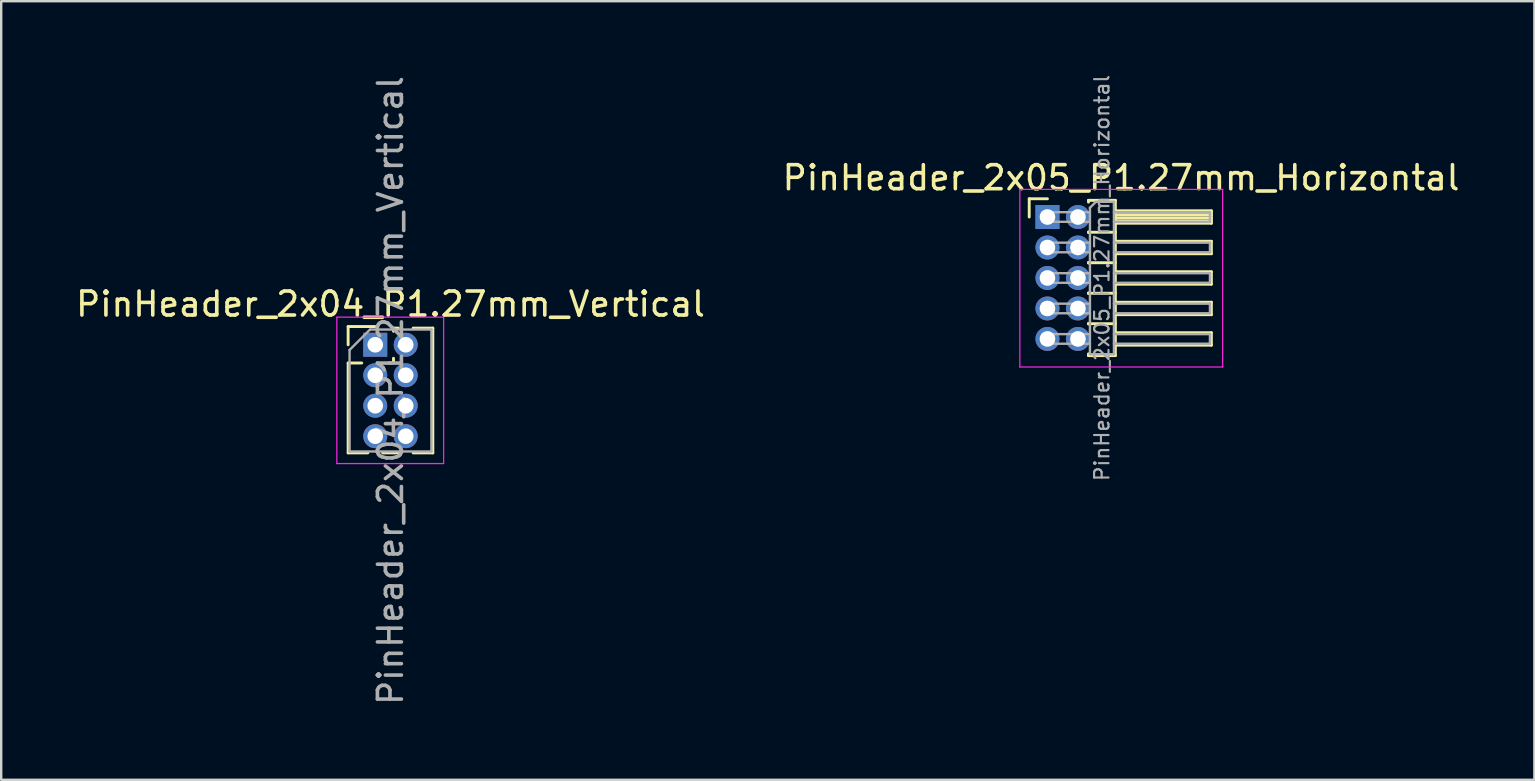
<source format=kicad_pcb>
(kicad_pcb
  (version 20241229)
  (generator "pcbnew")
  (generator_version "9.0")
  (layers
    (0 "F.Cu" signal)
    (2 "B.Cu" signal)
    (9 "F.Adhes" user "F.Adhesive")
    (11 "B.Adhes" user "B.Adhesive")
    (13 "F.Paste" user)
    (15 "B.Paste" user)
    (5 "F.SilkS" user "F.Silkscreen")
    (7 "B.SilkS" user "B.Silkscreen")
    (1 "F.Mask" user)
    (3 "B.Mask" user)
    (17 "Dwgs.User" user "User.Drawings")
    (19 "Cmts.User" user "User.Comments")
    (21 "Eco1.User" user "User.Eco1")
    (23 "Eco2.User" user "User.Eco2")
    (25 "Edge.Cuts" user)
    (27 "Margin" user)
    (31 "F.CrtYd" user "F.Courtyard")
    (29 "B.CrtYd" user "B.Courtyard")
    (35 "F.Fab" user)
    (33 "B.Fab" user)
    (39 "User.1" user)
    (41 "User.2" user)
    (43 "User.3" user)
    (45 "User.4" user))
  (footprint "PinHeader_2x05_P1.27mm_Horizontal"
    (layer "F.Cu")
    (at 40.593 5.992)
    (property "Reference" "PinHeader_2x05_P1.27mm_Horizontal" (at 3.067 -1.635 0) (layer "F.SilkS") (effects (font (size 1 1) (thickness 0.15))))
    (attr through_hole)
    (fp_line (start -0.76 -0.76) (end 0 -0.76) (stroke (width 0.12) (type solid)) (layer "F.SilkS"))
    (fp_line (start -0.76 0) (end -0.76 -0.76) (stroke (width 0.12) (type solid)) (layer "F.SilkS"))
    (fp_line (start 1.71 -0.695) (end 2.83 -0.695) (stroke (width 0.12) (type solid)) (layer "F.SilkS"))
    (fp_line (start 1.71 -0.62) (end 1.71 -0.695) (stroke (width 0.12) (type solid)) (layer "F.SilkS"))
    (fp_line (start 1.71 0.62) (end 1.71 0.65) (stroke (width 0.12) (type solid)) (layer "F.SilkS"))
    (fp_line (start 1.71 0.635) (end 2.83 0.635) (stroke (width 0.12) (type solid)) (layer "F.SilkS"))
    (fp_line (start 1.71 1.89) (end 1.71 1.92) (stroke (width 0.12) (type solid)) (layer "F.SilkS"))
    (fp_line (start 1.71 1.905) (end 2.83 1.905) (stroke (width 0.12) (type solid)) (layer "F.SilkS"))
    (fp_line (start 1.71 3.16) (end 1.71 3.19) (stroke (width 0.12) (type solid)) (layer "F.SilkS"))
    (fp_line (start 1.71 3.175) (end 2.83 3.175) (stroke (width 0.12) (type solid)) (layer "F.SilkS"))
    (fp_line (start 1.71 4.43) (end 1.71 4.46) (stroke (width 0.12) (type solid)) (layer "F.SilkS"))
    (fp_line (start 1.71 4.445) (end 2.83 4.445) (stroke (width 0.12) (type solid)) (layer "F.SilkS"))
    (fp_line (start 1.71 5.775) (end 1.71 5.7) (stroke (width 0.12) (type solid)) (layer "F.SilkS"))
    (fp_line (start 2.83 -0.695) (end 2.83 5.775) (stroke (width 0.12) (type solid)) (layer "F.SilkS"))
    (fp_line (start 2.83 -0.26) (end 6.83 -0.26) (stroke (width 0.12) (type solid)) (layer "F.SilkS"))
    (fp_line (start 2.83 -0.2) (end 6.83 -0.2) (stroke (width 0.12) (type solid)) (layer "F.SilkS"))
    (fp_line (start 2.83 -0.08) (end 6.83 -0.08) (stroke (width 0.12) (type solid)) (layer "F.SilkS"))
    (fp_line (start 2.83 0.04) (end 6.83 0.04) (stroke (width 0.12) (type solid)) (layer "F.SilkS"))
    (fp_line (start 2.83 0.16) (end 6.83 0.16) (stroke (width 0.12) (type solid)) (layer "F.SilkS"))
    (fp_line (start 2.83 1.01) (end 6.83 1.01) (stroke (width 0.12) (type solid)) (layer "F.SilkS"))
    (fp_line (start 2.83 2.28) (end 6.83 2.28) (stroke (width 0.12) (type solid)) (layer "F.SilkS"))
    (fp_line (start 2.83 3.55) (end 6.83 3.55) (stroke (width 0.12) (type solid)) (layer "F.SilkS"))
    (fp_line (start 2.83 4.82) (end 6.83 4.82) (stroke (width 0.12) (type solid)) (layer "F.SilkS"))
    (fp_line (start 2.83 5.775) (end 1.71 5.775) (stroke (width 0.12) (type solid)) (layer "F.SilkS"))
    (fp_line (start 6.83 -0.26) (end 6.83 0.26) (stroke (width 0.12) (type solid)) (layer "F.SilkS"))
    (fp_line (start 6.83 0.26) (end 2.83 0.26) (stroke (width 0.12) (type solid)) (layer "F.SilkS"))
    (fp_line (start 6.83 1.01) (end 6.83 1.53) (stroke (width 0.12) (type solid)) (layer "F.SilkS"))
    (fp_line (start 6.83 1.53) (end 2.83 1.53) (stroke (width 0.12) (type solid)) (layer "F.SilkS"))
    (fp_line (start 6.83 2.28) (end 6.83 2.8) (stroke (width 0.12) (type solid)) (layer "F.SilkS"))
    (fp_line (start 6.83 2.8) (end 2.83 2.8) (stroke (width 0.12) (type solid)) (layer "F.SilkS"))
    (fp_line (start 6.83 3.55) (end 6.83 4.07) (stroke (width 0.12) (type solid)) (layer "F.SilkS"))
    (fp_line (start 6.83 4.07) (end 2.83 4.07) (stroke (width 0.12) (type solid)) (layer "F.SilkS"))
    (fp_line (start 6.83 4.82) (end 6.83 5.34) (stroke (width 0.12) (type solid)) (layer "F.SilkS"))
    (fp_line (start 6.83 5.34) (end 2.83 5.34) (stroke (width 0.12) (type solid)) (layer "F.SilkS"))
    (fp_line (start -1.15 -1.15) (end -1.15 6.25) (stroke (width 0.05) (type solid)) (layer "F.CrtYd"))
    (fp_line (start -1.15 6.25) (end 7.3 6.25) (stroke (width 0.05) (type solid)) (layer "F.CrtYd"))
    (fp_line (start 7.3 -1.15) (end -1.15 -1.15) (stroke (width 0.05) (type solid)) (layer "F.CrtYd"))
    (fp_line (start 7.3 6.25) (end 7.3 -1.15) (stroke (width 0.05) (type solid)) (layer "F.CrtYd"))
    (fp_line (start -0.2 -0.2) (end -0.2 0.2) (stroke (width 0.1) (type solid)) (layer "F.Fab"))
    (fp_line (start -0.2 -0.2) (end 1.77 -0.2) (stroke (width 0.1) (type solid)) (layer "F.Fab"))
    (fp_line (start -0.2 0.2) (end 1.77 0.2) (stroke (width 0.1) (type solid)) (layer "F.Fab"))
    (fp_line (start -0.2 1.07) (end -0.2 1.47) (stroke (width 0.1) (type solid)) (layer "F.Fab"))
    (fp_line (start -0.2 1.07) (end 1.77 1.07) (stroke (width 0.1) (type solid)) (layer "F.Fab"))
    (fp_line (start -0.2 1.47) (end 1.77 1.47) (stroke (width 0.1) (type solid)) (layer "F.Fab"))
    (fp_line (start -0.2 2.34) (end -0.2 2.74) (stroke (width 0.1) (type solid)) (layer "F.Fab"))
    (fp_line (start -0.2 2.34) (end 1.77 2.34) (stroke (width 0.1) (type solid)) (layer "F.Fab"))
    (fp_line (start -0.2 2.74) (end 1.77 2.74) (stroke (width 0.1) (type solid)) (layer "F.Fab"))
    (fp_line (start -0.2 3.61) (end -0.2 4.01) (stroke (width 0.1) (type solid)) (layer "F.Fab"))
    (fp_line (start -0.2 3.61) (end 1.77 3.61) (stroke (width 0.1) (type solid)) (layer "F.Fab"))
    (fp_line (start -0.2 4.01) (end 1.77 4.01) (stroke (width 0.1) (type solid)) (layer "F.Fab"))
    (fp_line (start -0.2 4.88) (end -0.2 5.28) (stroke (width 0.1) (type solid)) (layer "F.Fab"))
    (fp_line (start -0.2 4.88) (end 1.77 4.88) (stroke (width 0.1) (type solid)) (layer "F.Fab"))
    (fp_line (start -0.2 5.28) (end 1.77 5.28) (stroke (width 0.1) (type solid)) (layer "F.Fab"))
    (fp_line (start 1.77 -0.385) (end 2.02 -0.635) (stroke (width 0.1) (type solid)) (layer "F.Fab"))
    (fp_line (start 1.77 5.715) (end 1.77 -0.385) (stroke (width 0.1) (type solid)) (layer "F.Fab"))
    (fp_line (start 2.02 -0.635) (end 2.77 -0.635) (stroke (width 0.1) (type solid)) (layer "F.Fab"))
    (fp_line (start 2.77 -0.635) (end 2.77 5.715) (stroke (width 0.1) (type solid)) (layer "F.Fab"))
    (fp_line (start 2.77 -0.2) (end 6.77 -0.2) (stroke (width 0.1) (type solid)) (layer "F.Fab"))
    (fp_line (start 2.77 0.2) (end 6.77 0.2) (stroke (width 0.1) (type solid)) (layer "F.Fab"))
    (fp_line (start 2.77 1.07) (end 6.77 1.07) (stroke (width 0.1) (type solid)) (layer "F.Fab"))
    (fp_line (start 2.77 1.47) (end 6.77 1.47) (stroke (width 0.1) (type solid)) (layer "F.Fab"))
    (fp_line (start 2.77 2.34) (end 6.77 2.34) (stroke (width 0.1) (type solid)) (layer "F.Fab"))
    (fp_line (start 2.77 2.74) (end 6.77 2.74) (stroke (width 0.1) (type solid)) (layer "F.Fab"))
    (fp_line (start 2.77 3.61) (end 6.77 3.61) (stroke (width 0.1) (type solid)) (layer "F.Fab"))
    (fp_line (start 2.77 4.01) (end 6.77 4.01) (stroke (width 0.1) (type solid)) (layer "F.Fab"))
    (fp_line (start 2.77 4.88) (end 6.77 4.88) (stroke (width 0.1) (type solid)) (layer "F.Fab"))
    (fp_line (start 2.77 5.28) (end 6.77 5.28) (stroke (width 0.1) (type solid)) (layer "F.Fab"))
    (fp_line (start 2.77 5.715) (end 1.77 5.715) (stroke (width 0.1) (type solid)) (layer "F.Fab"))
    (fp_line (start 6.77 -0.2) (end 6.77 0.2) (stroke (width 0.1) (type solid)) (layer "F.Fab"))
    (fp_line (start 6.77 1.07) (end 6.77 1.47) (stroke (width 0.1) (type solid)) (layer "F.Fab"))
    (fp_line (start 6.77 2.34) (end 6.77 2.74) (stroke (width 0.1) (type solid)) (layer "F.Fab"))
    (fp_line (start 6.77 3.61) (end 6.77 4.01) (stroke (width 0.1) (type solid)) (layer "F.Fab"))
    (fp_line (start 6.77 4.88) (end 6.77 5.28) (stroke (width 0.1) (type solid)) (layer "F.Fab"))
    (fp_text user "${REFERENCE}" (at 2.27 2.54 90) (layer "F.Fab") (effects (font (size 0.6 0.6) (thickness 0.09))))
    (pad "1" thru_hole rect (at 0 0) (size 1 1) (drill 0.65) (layers "*.Cu" "*.Mask"))
    (pad "2" thru_hole oval (at 1.27 0) (size 1 1) (drill 0.65) (layers "*.Cu" "*.Mask"))
    (pad "3" thru_hole oval (at 0 1.27) (size 1 1) (drill 0.65) (layers "*.Cu" "*.Mask"))
    (pad "4" thru_hole oval (at 1.27 1.27) (size 1 1) (drill 0.65) (layers "*.Cu" "*.Mask"))
    (pad "5" thru_hole oval (at 0 2.54) (size 1 1) (drill 0.65) (layers "*.Cu" "*.Mask"))
    (pad "6" thru_hole oval (at 1.27 2.54) (size 1 1) (drill 0.65) (layers "*.Cu" "*.Mask"))
    (pad "7" thru_hole oval (at 0 3.81) (size 1 1) (drill 0.65) (layers "*.Cu" "*.Mask"))
    (pad "8" thru_hole oval (at 1.27 3.81) (size 1 1) (drill 0.65) (layers "*.Cu" "*.Mask"))
    (pad "9" thru_hole oval (at 0 5.08) (size 1 1) (drill 0.65) (layers "*.Cu" "*.Mask"))
    (pad "10" thru_hole oval (at 1.27 5.08) (size 1 1) (drill 0.65) (layers "*.Cu" "*.Mask")))
  (footprint "PinHeader_2x04_P1.27mm_Vertical"
    (layer "F.Cu")
    (at 12.585 11.315)
    (property "Reference" "PinHeader_2x04_P1.27mm_Vertical" (at 0.635 -1.695 0) (layer "F.SilkS") (effects (font (size 1 1) (thickness 0.15))))
    (attr through_hole)
    (fp_line (start -1.13 -0.76) (end 0 -0.76) (stroke (width 0.12) (type solid)) (layer "F.SilkS"))
    (fp_line (start -1.13 0) (end -1.13 -0.76) (stroke (width 0.12) (type solid)) (layer "F.SilkS"))
    (fp_line (start -1.13 0.76) (end -1.13 4.505) (stroke (width 0.12) (type solid)) (layer "F.SilkS"))
    (fp_line (start -1.13 0.76) (end -0.563 0.76) (stroke (width 0.12) (type solid)) (layer "F.SilkS"))
    (fp_line (start -1.13 4.505) (end -0.308 4.505) (stroke (width 0.12) (type solid)) (layer "F.SilkS"))
    (fp_line (start 0.308 4.505) (end 0.962 4.505) (stroke (width 0.12) (type solid)) (layer "F.SilkS"))
    (fp_line (start 0.563 0.76) (end 0.707 0.76) (stroke (width 0.12) (type solid)) (layer "F.SilkS"))
    (fp_line (start 0.76 -0.695) (end 0.962 -0.695) (stroke (width 0.12) (type solid)) (layer "F.SilkS"))
    (fp_line (start 0.76 -0.563) (end 0.76 -0.695) (stroke (width 0.12) (type solid)) (layer "F.SilkS"))
    (fp_line (start 0.76 0.707) (end 0.76 0.563) (stroke (width 0.12) (type solid)) (layer "F.SilkS"))
    (fp_line (start 1.578 -0.695) (end 2.4 -0.695) (stroke (width 0.12) (type solid)) (layer "F.SilkS"))
    (fp_line (start 1.578 4.505) (end 2.4 4.505) (stroke (width 0.12) (type solid)) (layer "F.SilkS"))
    (fp_line (start 2.4 -0.695) (end 2.4 4.505) (stroke (width 0.12) (type solid)) (layer "F.SilkS"))
    (fp_line (start -1.6 -1.15) (end -1.6 4.95) (stroke (width 0.05) (type solid)) (layer "F.CrtYd"))
    (fp_line (start -1.6 4.95) (end 2.85 4.95) (stroke (width 0.05) (type solid)) (layer "F.CrtYd"))
    (fp_line (start 2.85 -1.15) (end -1.6 -1.15) (stroke (width 0.05) (type solid)) (layer "F.CrtYd"))
    (fp_line (start 2.85 4.95) (end 2.85 -1.15) (stroke (width 0.05) (type solid)) (layer "F.CrtYd"))
    (fp_line (start -1.07 0.217) (end -0.217 -0.635) (stroke (width 0.1) (type solid)) (layer "F.Fab"))
    (fp_line (start -1.07 4.445) (end -1.07 0.217) (stroke (width 0.1) (type solid)) (layer "F.Fab"))
    (fp_line (start -0.217 -0.635) (end 2.34 -0.635) (stroke (width 0.1) (type solid)) (layer "F.Fab"))
    (fp_line (start 2.34 -0.635) (end 2.34 4.445) (stroke (width 0.1) (type solid)) (layer "F.Fab"))
    (fp_line (start 2.34 4.445) (end -1.07 4.445) (stroke (width 0.1) (type solid)) (layer "F.Fab"))
    (fp_text user "${REFERENCE}" (at 0.635 1.905 90) (layer "F.Fab") (effects (font (size 1 1) (thickness 0.15))))
    (pad "1" thru_hole rect (at 0 0) (size 1 1) (drill 0.65) (layers "*.Cu" "*.Mask"))
    (pad "2" thru_hole oval (at 1.27 0) (size 1 1) (drill 0.65) (layers "*.Cu" "*.Mask"))
    (pad "3" thru_hole oval (at 0 1.27) (size 1 1) (drill 0.65) (layers "*.Cu" "*.Mask"))
    (pad "4" thru_hole oval (at 1.27 1.27) (size 1 1) (drill 0.65) (layers "*.Cu" "*.Mask"))
    (pad "5" thru_hole oval (at 0 2.54) (size 1 1) (drill 0.65) (layers "*.Cu" "*.Mask"))
    (pad "6" thru_hole oval (at 1.27 2.54) (size 1 1) (drill 0.65) (layers "*.Cu" "*.Mask"))
    (pad "7" thru_hole oval (at 0 3.81) (size 1 1) (drill 0.65) (layers "*.Cu" "*.Mask"))
    (pad "8" thru_hole oval (at 1.27 3.81) (size 1 1) (drill 0.65) (layers "*.Cu" "*.Mask")))
  (gr_rect
    (start -3 -3)
    (end 60.881 29.44)
    (stroke (width 0.1) (type default))
    (fill no)
    (layer "Edge.Cuts")))
</source>
